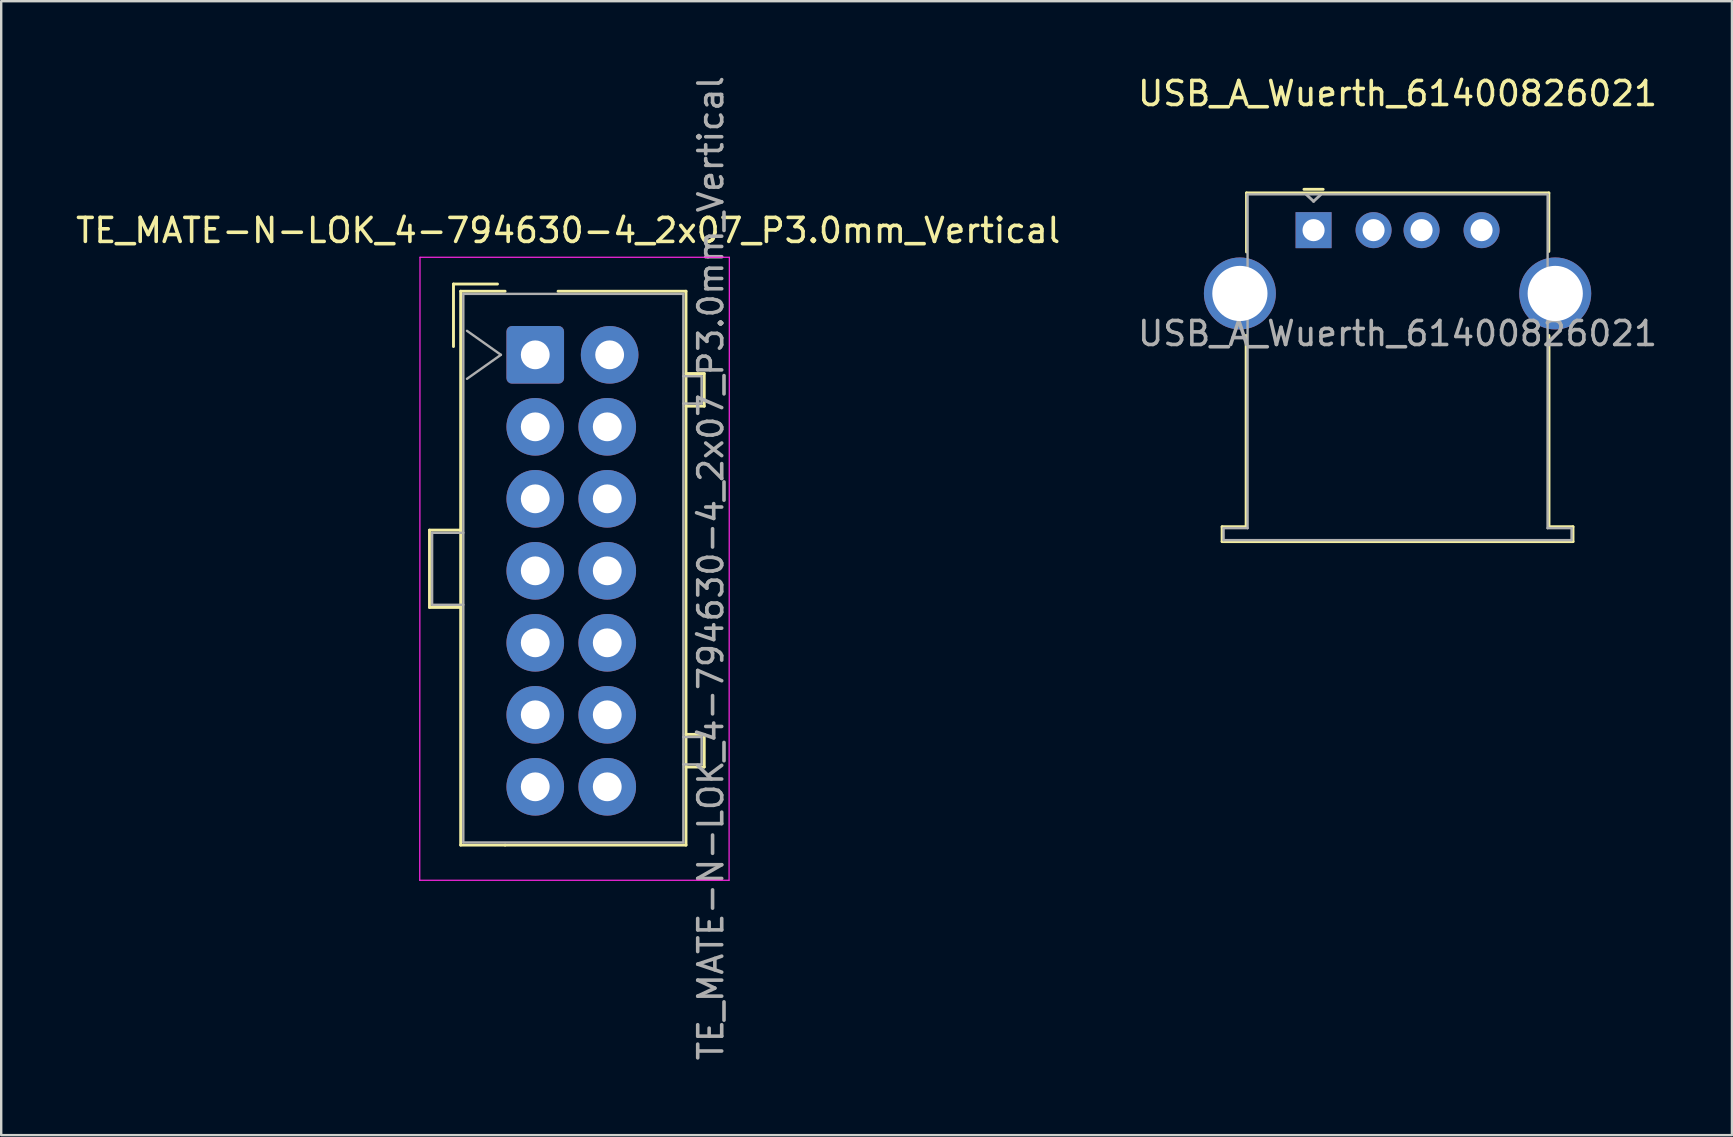
<source format=kicad_pcb>
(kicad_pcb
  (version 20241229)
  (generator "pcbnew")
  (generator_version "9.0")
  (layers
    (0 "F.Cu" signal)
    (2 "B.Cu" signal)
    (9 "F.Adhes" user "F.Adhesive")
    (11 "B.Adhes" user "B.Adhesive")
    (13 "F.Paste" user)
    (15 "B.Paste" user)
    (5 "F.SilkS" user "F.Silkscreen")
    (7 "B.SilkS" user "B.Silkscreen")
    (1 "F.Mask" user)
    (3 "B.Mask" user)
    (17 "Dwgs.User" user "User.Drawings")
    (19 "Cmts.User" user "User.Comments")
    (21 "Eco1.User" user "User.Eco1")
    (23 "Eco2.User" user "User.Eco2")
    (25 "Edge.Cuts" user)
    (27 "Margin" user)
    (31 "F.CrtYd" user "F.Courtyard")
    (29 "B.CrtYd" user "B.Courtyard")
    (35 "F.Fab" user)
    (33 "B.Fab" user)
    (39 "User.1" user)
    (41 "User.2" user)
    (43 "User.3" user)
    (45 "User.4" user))
  (footprint "TE_MATE-N-LOK_4-794630-4_2x07_P3.0mm_Vertical"
    (layer "F.Cu")
    (at 19.253 11.735)
    (property "Reference" "TE_MATE-N-LOK_4-794630-4_2x07_P3.0mm_Vertical" (at 1.372 -5.182 0) (layer "F.SilkS") (effects (font (size 1 1) (thickness 0.15))))
    (attr through_hole)
    (fp_line (start -4.407 7.305) (end -4.407 10.525) (stroke (width 0.12) (type solid)) (layer "F.SilkS"))
    (fp_line (start -4.407 10.525) (end -3.107 10.525) (stroke (width 0.12) (type solid)) (layer "F.SilkS"))
    (fp_line (start -3.407 -2.95) (end -3.407 -0.345) (stroke (width 0.12) (type solid)) (layer "F.SilkS"))
    (fp_line (start -3.107 -2.65) (end -3.107 20.429) (stroke (width 0.12) (type solid)) (layer "F.SilkS"))
    (fp_line (start -3.107 7.305) (end -4.407 7.305) (stroke (width 0.12) (type solid)) (layer "F.SilkS"))
    (fp_line (start -3.107 20.429) (end -1.256 20.429) (stroke (width 0.12) (type solid)) (layer "F.SilkS"))
    (fp_line (start -1.573 -2.95) (end -3.407 -2.95) (stroke (width 0.12) (type solid)) (layer "F.SilkS"))
    (fp_line (start -1.256 -2.65) (end -3.107 -2.65) (stroke (width 0.12) (type solid)) (layer "F.SilkS"))
    (fp_line (start 0.951 -2.65) (end 6.282 -2.65) (stroke (width 0.12) (type solid)) (layer "F.SilkS"))
    (fp_line (start 6.282 -2.65) (end 6.282 20.429) (stroke (width 0.12) (type solid)) (layer "F.SilkS"))
    (fp_line (start 6.282 0.78) (end 7.042 0.78) (stroke (width 0.12) (type solid)) (layer "F.SilkS"))
    (fp_line (start 6.282 15.816) (end 7.042 15.816) (stroke (width 0.12) (type solid)) (layer "F.SilkS"))
    (fp_line (start 6.282 20.429) (end -1.256 20.429) (stroke (width 0.12) (type solid)) (layer "F.SilkS"))
    (fp_line (start 7.042 0.78) (end 7.042 2.14) (stroke (width 0.12) (type solid)) (layer "F.SilkS"))
    (fp_line (start 7.042 2.14) (end 6.282 2.14) (stroke (width 0.12) (type solid)) (layer "F.SilkS"))
    (fp_line (start 7.042 15.816) (end 7.042 17.176) (stroke (width 0.12) (type solid)) (layer "F.SilkS"))
    (fp_line (start 7.042 17.176) (end 6.282 17.176) (stroke (width 0.12) (type solid)) (layer "F.SilkS"))
    (fp_line (start -4.813 21.895) (end 8.077 21.895) (stroke (width 0.05) (type solid)) (layer "F.CrtYd"))
    (fp_line (start -4.802 -4.064) (end -4.813 21.895) (stroke (width 0.05) (type solid)) (layer "F.CrtYd"))
    (fp_line (start 8.077 21.895) (end 8.088 -4.064) (stroke (width 0.05) (type solid)) (layer "F.CrtYd"))
    (fp_line (start 8.088 -4.064) (end -4.802 -4.064) (stroke (width 0.05) (type solid)) (layer "F.CrtYd"))
    (fp_line (start -4.297 7.415) (end -4.297 10.415) (stroke (width 0.1) (type solid)) (layer "F.Fab"))
    (fp_line (start -4.297 10.415) (end -2.997 10.415) (stroke (width 0.1) (type solid)) (layer "F.Fab"))
    (fp_line (start -2.997 -2.54) (end -2.997 20.319) (stroke (width 0.1) (type solid)) (layer "F.Fab"))
    (fp_line (start -2.997 7.415) (end -4.297 7.415) (stroke (width 0.1) (type solid)) (layer "F.Fab"))
    (fp_line (start -2.997 20.319) (end 6.172 20.319) (stroke (width 0.1) (type solid)) (layer "F.Fab"))
    (fp_line (start -2.845 -1) (end -1.431 0) (stroke (width 0.1) (type solid)) (layer "F.Fab"))
    (fp_line (start -1.431 0) (end -2.845 1) (stroke (width 0.1) (type solid)) (layer "F.Fab"))
    (fp_line (start 6.172 -2.54) (end -2.997 -2.54) (stroke (width 0.1) (type solid)) (layer "F.Fab"))
    (fp_line (start 6.172 0.89) (end 6.932 0.89) (stroke (width 0.1) (type solid)) (layer "F.Fab"))
    (fp_line (start 6.172 15.926) (end 6.932 15.926) (stroke (width 0.1) (type solid)) (layer "F.Fab"))
    (fp_line (start 6.172 20.319) (end 6.172 -2.54) (stroke (width 0.1) (type solid)) (layer "F.Fab"))
    (fp_line (start 6.932 0.89) (end 6.932 2.03) (stroke (width 0.1) (type solid)) (layer "F.Fab"))
    (fp_line (start 6.932 2.03) (end 6.172 2.03) (stroke (width 0.1) (type solid)) (layer "F.Fab"))
    (fp_line (start 6.932 15.926) (end 6.932 17.066) (stroke (width 0.1) (type solid)) (layer "F.Fab"))
    (fp_line (start 6.932 17.066) (end 6.172 17.066) (stroke (width 0.1) (type solid)) (layer "F.Fab"))
    (fp_text user "${REFERENCE}" (at 7.315 8.89 90) (layer "F.Fab") (effects (font (size 1 1) (thickness 0.15))))
    (pad "1" thru_hole roundrect (at 0 0) (size 2.4 2.4) (drill 1.2) (layers "*.Cu" "*.Mask") (roundrect_rratio 0.095))
    (pad "2" thru_hole circle (at 3.1 0) (size 2.4 2.4) (drill 1.2) (layers "*.Cu" "*.Mask"))
    (pad "3" thru_hole circle (at 0 3) (size 2.4 2.4) (drill 1.2) (layers "*.Cu" "*.Mask"))
    (pad "4" thru_hole circle (at 3 3) (size 2.4 2.4) (drill 1.2) (layers "*.Cu" "*.Mask"))
    (pad "5" thru_hole circle (at 0 6) (size 2.4 2.4) (drill 1.2) (layers "*.Cu" "*.Mask"))
    (pad "6" thru_hole circle (at 3 6) (size 2.4 2.4) (drill 1.2) (layers "*.Cu" "*.Mask"))
    (pad "7" thru_hole circle (at 0 9) (size 2.4 2.4) (drill 1.2) (layers "*.Cu" "*.Mask"))
    (pad "8" thru_hole circle (at 3 9) (size 2.4 2.4) (drill 1.2) (layers "*.Cu" "*.Mask"))
    (pad "9" thru_hole circle (at 0 12) (size 2.4 2.4) (drill 1.2) (layers "*.Cu" "*.Mask"))
    (pad "10" thru_hole circle (at 3 12) (size 2.4 2.4) (drill 1.2) (layers "*.Cu" "*.Mask"))
    (pad "11" thru_hole circle (at 0 15) (size 2.4 2.4) (drill 1.2) (layers "*.Cu" "*.Mask"))
    (pad "12" thru_hole circle (at 3 15) (size 2.4 2.4) (drill 1.2) (layers "*.Cu" "*.Mask"))
    (pad "13" thru_hole circle (at 0 18) (size 2.4 2.4) (drill 1.2) (layers "*.Cu" "*.Mask"))
    (pad "14" thru_hole circle (at 3 18) (size 2.4 2.4) (drill 1.2) (layers "*.Cu" "*.Mask")))
  (footprint "USB_A_Wuerth_61400826021"
    (layer "F.Cu")
    (at 51.685 3.848)
    (property "Reference" "USB_A_Wuerth_61400826021" (at 3.5 -3 0) (layer "F.SilkS") (effects (font (size 1 1) (thickness 0.15))))
    (attr through_hole)
    (fp_line (start -3.81 15.05) (end -2.81 15.05) (stroke (width 0.12) (type solid)) (layer "F.SilkS"))
    (fp_line (start -3.81 15.67) (end -3.81 15.05) (stroke (width 0.12) (type solid)) (layer "F.SilkS"))
    (fp_line (start -2.81 15.05) (end -2.81 7.08) (stroke (width 0.12) (type solid)) (layer "F.SilkS"))
    (fp_line (start -2.794 1.141) (end 9.804 1.141) (stroke (width 0.12) (type solid)) (layer "F.SilkS"))
    (fp_line (start -2.794 3.603) (end -2.794 1.141) (stroke (width 0.12) (type solid)) (layer "F.SilkS"))
    (fp_line (start 0.4 0.991) (end -0.4 0.991) (stroke (width 0.12) (type solid)) (layer "F.SilkS"))
    (fp_line (start 9.804 3.58) (end 9.804 1.141) (stroke (width 0.12) (type solid)) (layer "F.SilkS"))
    (fp_line (start 9.81 7.08) (end 9.81 15.05) (stroke (width 0.12) (type solid)) (layer "F.SilkS"))
    (fp_line (start 9.81 15.05) (end 10.81 15.05) (stroke (width 0.12) (type solid)) (layer "F.SilkS"))
    (fp_line (start 10.81 15.05) (end 10.81 15.67) (stroke (width 0.12) (type solid)) (layer "F.SilkS"))
    (fp_line (start 10.81 15.67) (end -3.81 15.67) (stroke (width 0.12) (type solid)) (layer "F.SilkS"))
    (fp_line (start -3.75 15.11) (end -3.75 15.61) (stroke (width 0.1) (type solid)) (layer "F.Fab"))
    (fp_line (start -2.75 1.201) (end -2.75 15.11) (stroke (width 0.1) (type solid)) (layer "F.Fab"))
    (fp_line (start -2.75 15.11) (end -3.75 15.11) (stroke (width 0.1) (type solid)) (layer "F.Fab"))
    (fp_line (start 0 1.491) (end -0.3 1.211) (stroke (width 0.12) (type solid)) (layer "F.Fab"))
    (fp_line (start 0 1.491) (end 0.3 1.211) (stroke (width 0.12) (type solid)) (layer "F.Fab"))
    (fp_line (start 9.75 1.201) (end -2.75 1.201) (stroke (width 0.1) (type solid)) (layer "F.Fab"))
    (fp_line (start 9.75 15.11) (end 10.75 15.11) (stroke (width 0.1) (type solid)) (layer "F.Fab"))
    (fp_line (start 9.754 1.219) (end 9.75 15.11) (stroke (width 0.1) (type solid)) (layer "F.Fab"))
    (fp_line (start 10.75 15.11) (end 10.75 15.61) (stroke (width 0.1) (type solid)) (layer "F.Fab"))
    (fp_line (start 10.75 15.61) (end -3.75 15.61) (stroke (width 0.1) (type solid)) (layer "F.Fab"))
    (fp_text user "${REFERENCE}" (at 3.5 7 0) (layer "F.Fab") (effects (font (size 1 1) (thickness 0.15))))
    (pad "1" thru_hole rect (at 0 2.692) (size 1.5 1.5) (drill 0.92) (layers "*.Cu" "*.Mask"))
    (pad "2" thru_hole circle (at 2.5 2.692) (size 1.5 1.5) (drill 0.92) (layers "*.Cu" "*.Mask"))
    (pad "3" thru_hole circle (at 4.5 2.692) (size 1.5 1.5) (drill 0.92) (layers "*.Cu" "*.Mask"))
    (pad "4" thru_hole circle (at 7 2.692) (size 1.5 1.5) (drill 0.92) (layers "*.Cu" "*.Mask"))
    (pad "5" thru_hole circle (at -3.07 5.33) (size 3 3) (drill 2.3) (layers "*.Cu" "*.Mask"))
    (pad "5" thru_hole circle (at 10.07 5.33) (size 3 3) (drill 2.3) (layers "*.Cu" "*.Mask")))
  (gr_rect
    (start -3 -3)
    (end 69.119 44.25)
    (stroke (width 0.1) (type default))
    (fill no)
    (layer "Edge.Cuts")))
</source>
